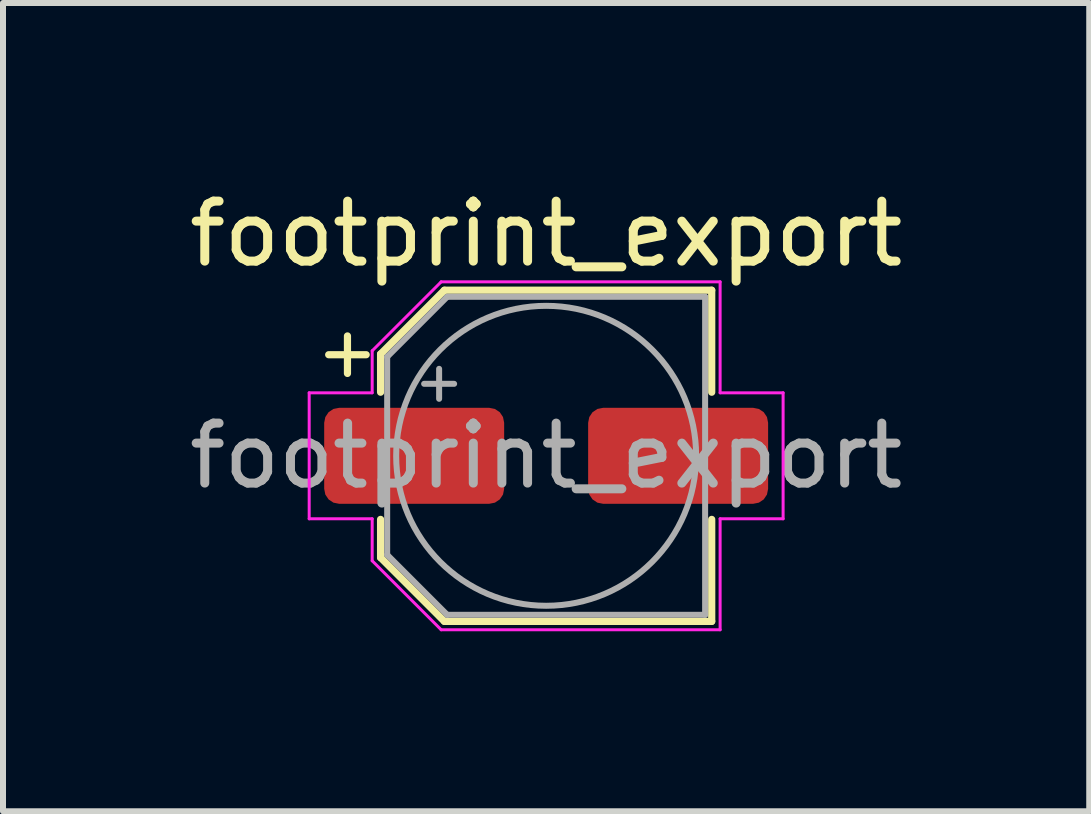
<source format=kicad_pcb>
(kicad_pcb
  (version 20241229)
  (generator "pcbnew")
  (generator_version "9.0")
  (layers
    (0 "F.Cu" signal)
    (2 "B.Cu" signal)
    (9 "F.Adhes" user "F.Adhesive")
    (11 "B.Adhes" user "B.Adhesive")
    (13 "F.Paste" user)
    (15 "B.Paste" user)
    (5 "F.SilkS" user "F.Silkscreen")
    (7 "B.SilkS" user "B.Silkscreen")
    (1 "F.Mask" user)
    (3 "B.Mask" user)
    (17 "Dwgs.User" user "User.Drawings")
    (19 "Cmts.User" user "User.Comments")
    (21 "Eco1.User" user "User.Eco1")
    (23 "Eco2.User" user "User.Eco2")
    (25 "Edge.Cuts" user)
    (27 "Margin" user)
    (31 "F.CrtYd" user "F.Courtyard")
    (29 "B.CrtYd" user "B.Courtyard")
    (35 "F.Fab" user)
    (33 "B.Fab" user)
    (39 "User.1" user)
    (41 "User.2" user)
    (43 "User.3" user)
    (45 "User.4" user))
  (footprint "footprint_export"
    (layer "F.Cu")
    (at 6.054 4.548)
    (property "Reference" "footprint_export" (at 0 -3.7 0) (layer "F.SilkS") (effects (font (size 1 1) (thickness 0.15))))
    (attr smd)
    (fp_line (start -3.625 -1.685) (end -3 -1.685) (stroke (width 0.12) (type solid)) (layer "F.SilkS"))
    (fp_line (start -3.312 -1.998) (end -3.312 -1.373) (stroke (width 0.12) (type solid)) (layer "F.SilkS"))
    (fp_line (start -2.76 -1.696) (end -2.76 -1.06) (stroke (width 0.12) (type solid)) (layer "F.SilkS"))
    (fp_line (start -2.76 -1.696) (end -1.696 -2.76) (stroke (width 0.12) (type solid)) (layer "F.SilkS"))
    (fp_line (start -2.76 1.696) (end -2.76 1.06) (stroke (width 0.12) (type solid)) (layer "F.SilkS"))
    (fp_line (start -2.76 1.696) (end -1.696 2.76) (stroke (width 0.12) (type solid)) (layer "F.SilkS"))
    (fp_line (start -1.696 -2.76) (end 2.76 -2.76) (stroke (width 0.12) (type solid)) (layer "F.SilkS"))
    (fp_line (start -1.696 2.76) (end 2.76 2.76) (stroke (width 0.12) (type solid)) (layer "F.SilkS"))
    (fp_line (start 2.76 -2.76) (end 2.76 -1.06) (stroke (width 0.12) (type solid)) (layer "F.SilkS"))
    (fp_line (start 2.76 2.76) (end 2.76 1.06) (stroke (width 0.12) (type solid)) (layer "F.SilkS"))
    (fp_line (start -3.95 -1.05) (end -3.95 1.05) (stroke (width 0.05) (type solid)) (layer "F.CrtYd"))
    (fp_line (start -3.95 1.05) (end -2.9 1.05) (stroke (width 0.05) (type solid)) (layer "F.CrtYd"))
    (fp_line (start -2.9 -1.75) (end -2.9 -1.05) (stroke (width 0.05) (type solid)) (layer "F.CrtYd"))
    (fp_line (start -2.9 -1.75) (end -1.75 -2.9) (stroke (width 0.05) (type solid)) (layer "F.CrtYd"))
    (fp_line (start -2.9 -1.05) (end -3.95 -1.05) (stroke (width 0.05) (type solid)) (layer "F.CrtYd"))
    (fp_line (start -2.9 1.05) (end -2.9 1.75) (stroke (width 0.05) (type solid)) (layer "F.CrtYd"))
    (fp_line (start -2.9 1.75) (end -1.75 2.9) (stroke (width 0.05) (type solid)) (layer "F.CrtYd"))
    (fp_line (start -1.75 -2.9) (end 2.9 -2.9) (stroke (width 0.05) (type solid)) (layer "F.CrtYd"))
    (fp_line (start -1.75 2.9) (end 2.9 2.9) (stroke (width 0.05) (type solid)) (layer "F.CrtYd"))
    (fp_line (start 2.9 -2.9) (end 2.9 -1.05) (stroke (width 0.05) (type solid)) (layer "F.CrtYd"))
    (fp_line (start 2.9 -1.05) (end 3.95 -1.05) (stroke (width 0.05) (type solid)) (layer "F.CrtYd"))
    (fp_line (start 2.9 1.05) (end 2.9 2.9) (stroke (width 0.05) (type solid)) (layer "F.CrtYd"))
    (fp_line (start 3.95 -1.05) (end 3.95 1.05) (stroke (width 0.05) (type solid)) (layer "F.CrtYd"))
    (fp_line (start 3.95 1.05) (end 2.9 1.05) (stroke (width 0.05) (type solid)) (layer "F.CrtYd"))
    (fp_line (start -2.65 -1.65) (end -2.65 1.65) (stroke (width 0.1) (type solid)) (layer "F.Fab"))
    (fp_line (start -2.65 -1.65) (end -1.65 -2.65) (stroke (width 0.1) (type solid)) (layer "F.Fab"))
    (fp_line (start -2.65 1.65) (end -1.65 2.65) (stroke (width 0.1) (type solid)) (layer "F.Fab"))
    (fp_line (start -2.034 -1.2) (end -1.534 -1.2) (stroke (width 0.1) (type solid)) (layer "F.Fab"))
    (fp_line (start -1.784 -1.45) (end -1.784 -0.95) (stroke (width 0.1) (type solid)) (layer "F.Fab"))
    (fp_line (start -1.65 -2.65) (end 2.65 -2.65) (stroke (width 0.1) (type solid)) (layer "F.Fab"))
    (fp_line (start -1.65 2.65) (end 2.65 2.65) (stroke (width 0.1) (type solid)) (layer "F.Fab"))
    (fp_line (start 2.65 -2.65) (end 2.65 2.65) (stroke (width 0.1) (type solid)) (layer "F.Fab"))
    (fp_circle (center 0 0) (end 2.5 0) (stroke (width 0.1) (type solid)) (fill no) (layer "F.Fab"))
    (fp_text user "${REFERENCE}" (at 0 0 0) (layer "F.Fab") (effects (font (size 1 1) (thickness 0.15))))
    (pad "1" smd roundrect (at -2.2 0) (size 3 1.6) (layers "F.Cu" "F.Mask" "F.Paste") (roundrect_rratio 0.156))
    (pad "2" smd roundrect (at 2.2 0) (size 3 1.6) (layers "F.Cu" "F.Mask" "F.Paste") (roundrect_rratio 0.156)))
  (gr_rect
    (start -3 -3)
    (end 15.107 10.473)
    (stroke (width 0.1) (type default))
    (fill no)
    (layer "Edge.Cuts")))
</source>
